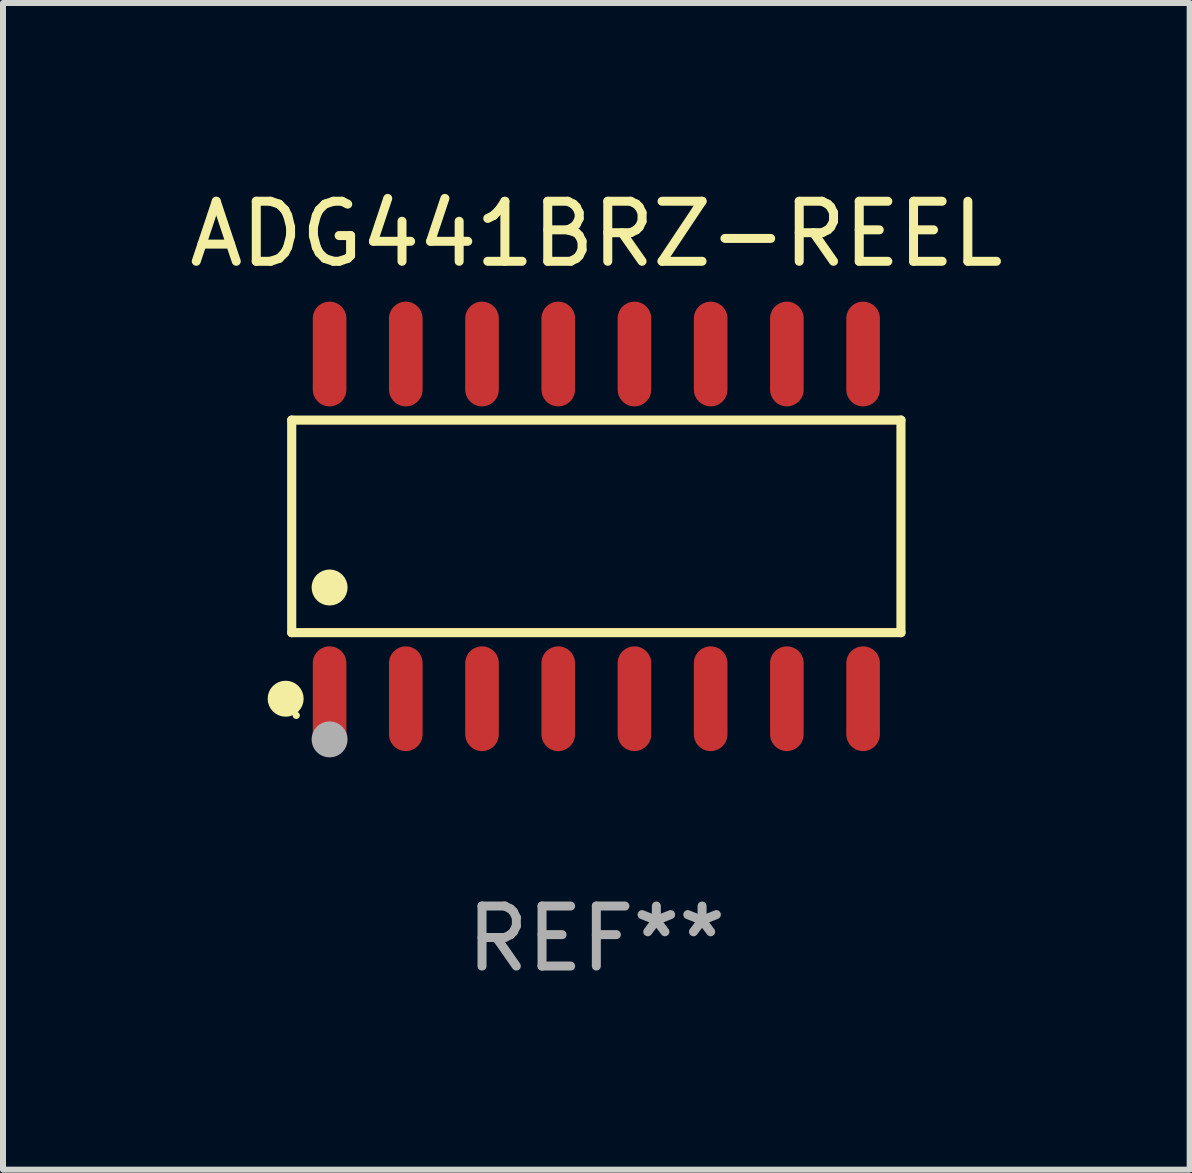
<source format=kicad_pcb>
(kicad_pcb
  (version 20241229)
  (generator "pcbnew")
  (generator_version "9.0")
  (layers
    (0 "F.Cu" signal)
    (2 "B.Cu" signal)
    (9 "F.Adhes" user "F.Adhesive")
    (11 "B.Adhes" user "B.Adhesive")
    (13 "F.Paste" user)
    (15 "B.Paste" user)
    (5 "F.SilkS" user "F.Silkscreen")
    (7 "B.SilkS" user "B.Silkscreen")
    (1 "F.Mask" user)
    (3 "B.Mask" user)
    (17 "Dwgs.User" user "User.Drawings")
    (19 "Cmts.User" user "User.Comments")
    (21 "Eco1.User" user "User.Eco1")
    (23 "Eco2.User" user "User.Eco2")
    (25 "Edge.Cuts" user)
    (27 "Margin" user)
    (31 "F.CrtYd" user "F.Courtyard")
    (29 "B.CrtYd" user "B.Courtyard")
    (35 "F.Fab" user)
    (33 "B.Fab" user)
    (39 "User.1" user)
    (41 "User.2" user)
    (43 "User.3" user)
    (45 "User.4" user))
  (footprint "ADG441BRZ-REEL"
    (layer "F.Cu")
    (at 6.887 5.721)
    (property "Reference" "ADG441BRZ-REEL" (at 0 -4.872 0) (layer "F.SilkS") (effects (font (size 1 1) (thickness 0.15))))
    (attr through_hole)
    (fp_line (start -5.076 -1.771) (end 5.076 -1.771) (stroke (width 0.152) (type solid)) (layer "F.SilkS"))
    (fp_line (start -5.076 1.771) (end -5.076 -1.771) (stroke (width 0.152) (type solid)) (layer "F.SilkS"))
    (fp_line (start 5.076 -1.771) (end 5.076 1.771) (stroke (width 0.152) (type solid)) (layer "F.SilkS"))
    (fp_line (start 5.076 1.771) (end -5.076 1.771) (stroke (width 0.152) (type solid)) (layer "F.SilkS"))
    (fp_circle (center -5.177 2.872) (end -5.027 2.872) (stroke (width 0.3) (type solid)) (fill no) (layer "F.SilkS"))
    (fp_circle (center -5 3.15) (end -4.97 3.15) (stroke (width 0.06) (type solid)) (fill no) (layer "F.SilkS"))
    (fp_circle (center -4.445 1.019) (end -4.295 1.019) (stroke (width 0.3) (type solid)) (fill no) (layer "F.SilkS"))
    (fp_circle (center -4.445 3.55) (end -4.295 3.55) (stroke (width 0.3) (type solid)) (fill no) (layer "F.Fab"))
    (fp_text user "REF**" (at 0 6.872 0) (layer "F.Fab") (effects (font (size 1 1) (thickness 0.15))))
    (pad "1" smd oval (at -4.445 2.872) (size 0.56 1.745) (layers "F.Cu" "F.Mask" "F.Paste"))
    (pad "2" smd oval (at -3.175 2.872) (size 0.56 1.745) (layers "F.Cu" "F.Mask" "F.Paste"))
    (pad "3" smd oval (at -1.905 2.872) (size 0.56 1.745) (layers "F.Cu" "F.Mask" "F.Paste"))
    (pad "4" smd oval (at -0.635 2.872) (size 0.56 1.745) (layers "F.Cu" "F.Mask" "F.Paste"))
    (pad "5" smd oval (at 0.635 2.872) (size 0.56 1.745) (layers "F.Cu" "F.Mask" "F.Paste"))
    (pad "6" smd oval (at 1.905 2.872) (size 0.56 1.745) (layers "F.Cu" "F.Mask" "F.Paste"))
    (pad "7" smd oval (at 3.175 2.872) (size 0.56 1.745) (layers "F.Cu" "F.Mask" "F.Paste"))
    (pad "8" smd oval (at 4.445 2.872) (size 0.56 1.745) (layers "F.Cu" "F.Mask" "F.Paste"))
    (pad "9" smd oval (at 4.445 -2.872) (size 0.56 1.745) (layers "F.Cu" "F.Mask" "F.Paste"))
    (pad "10" smd oval (at 3.175 -2.872) (size 0.56 1.745) (layers "F.Cu" "F.Mask" "F.Paste"))
    (pad "11" smd oval (at 1.905 -2.872) (size 0.56 1.745) (layers "F.Cu" "F.Mask" "F.Paste"))
    (pad "12" smd oval (at 0.635 -2.872) (size 0.56 1.745) (layers "F.Cu" "F.Mask" "F.Paste"))
    (pad "13" smd oval (at -0.635 -2.872) (size 0.56 1.745) (layers "F.Cu" "F.Mask" "F.Paste"))
    (pad "14" smd oval (at -1.905 -2.872) (size 0.56 1.745) (layers "F.Cu" "F.Mask" "F.Paste"))
    (pad "15" smd oval (at -3.175 -2.872) (size 0.56 1.745) (layers "F.Cu" "F.Mask" "F.Paste"))
    (pad "16" smd oval (at -4.445 -2.872) (size 0.56 1.745) (layers "F.Cu" "F.Mask" "F.Paste")))
  (gr_rect
    (start -3 -3)
    (end 16.774 16.441)
    (stroke (width 0.1) (type default))
    (fill no)
    (layer "Edge.Cuts")))
</source>
